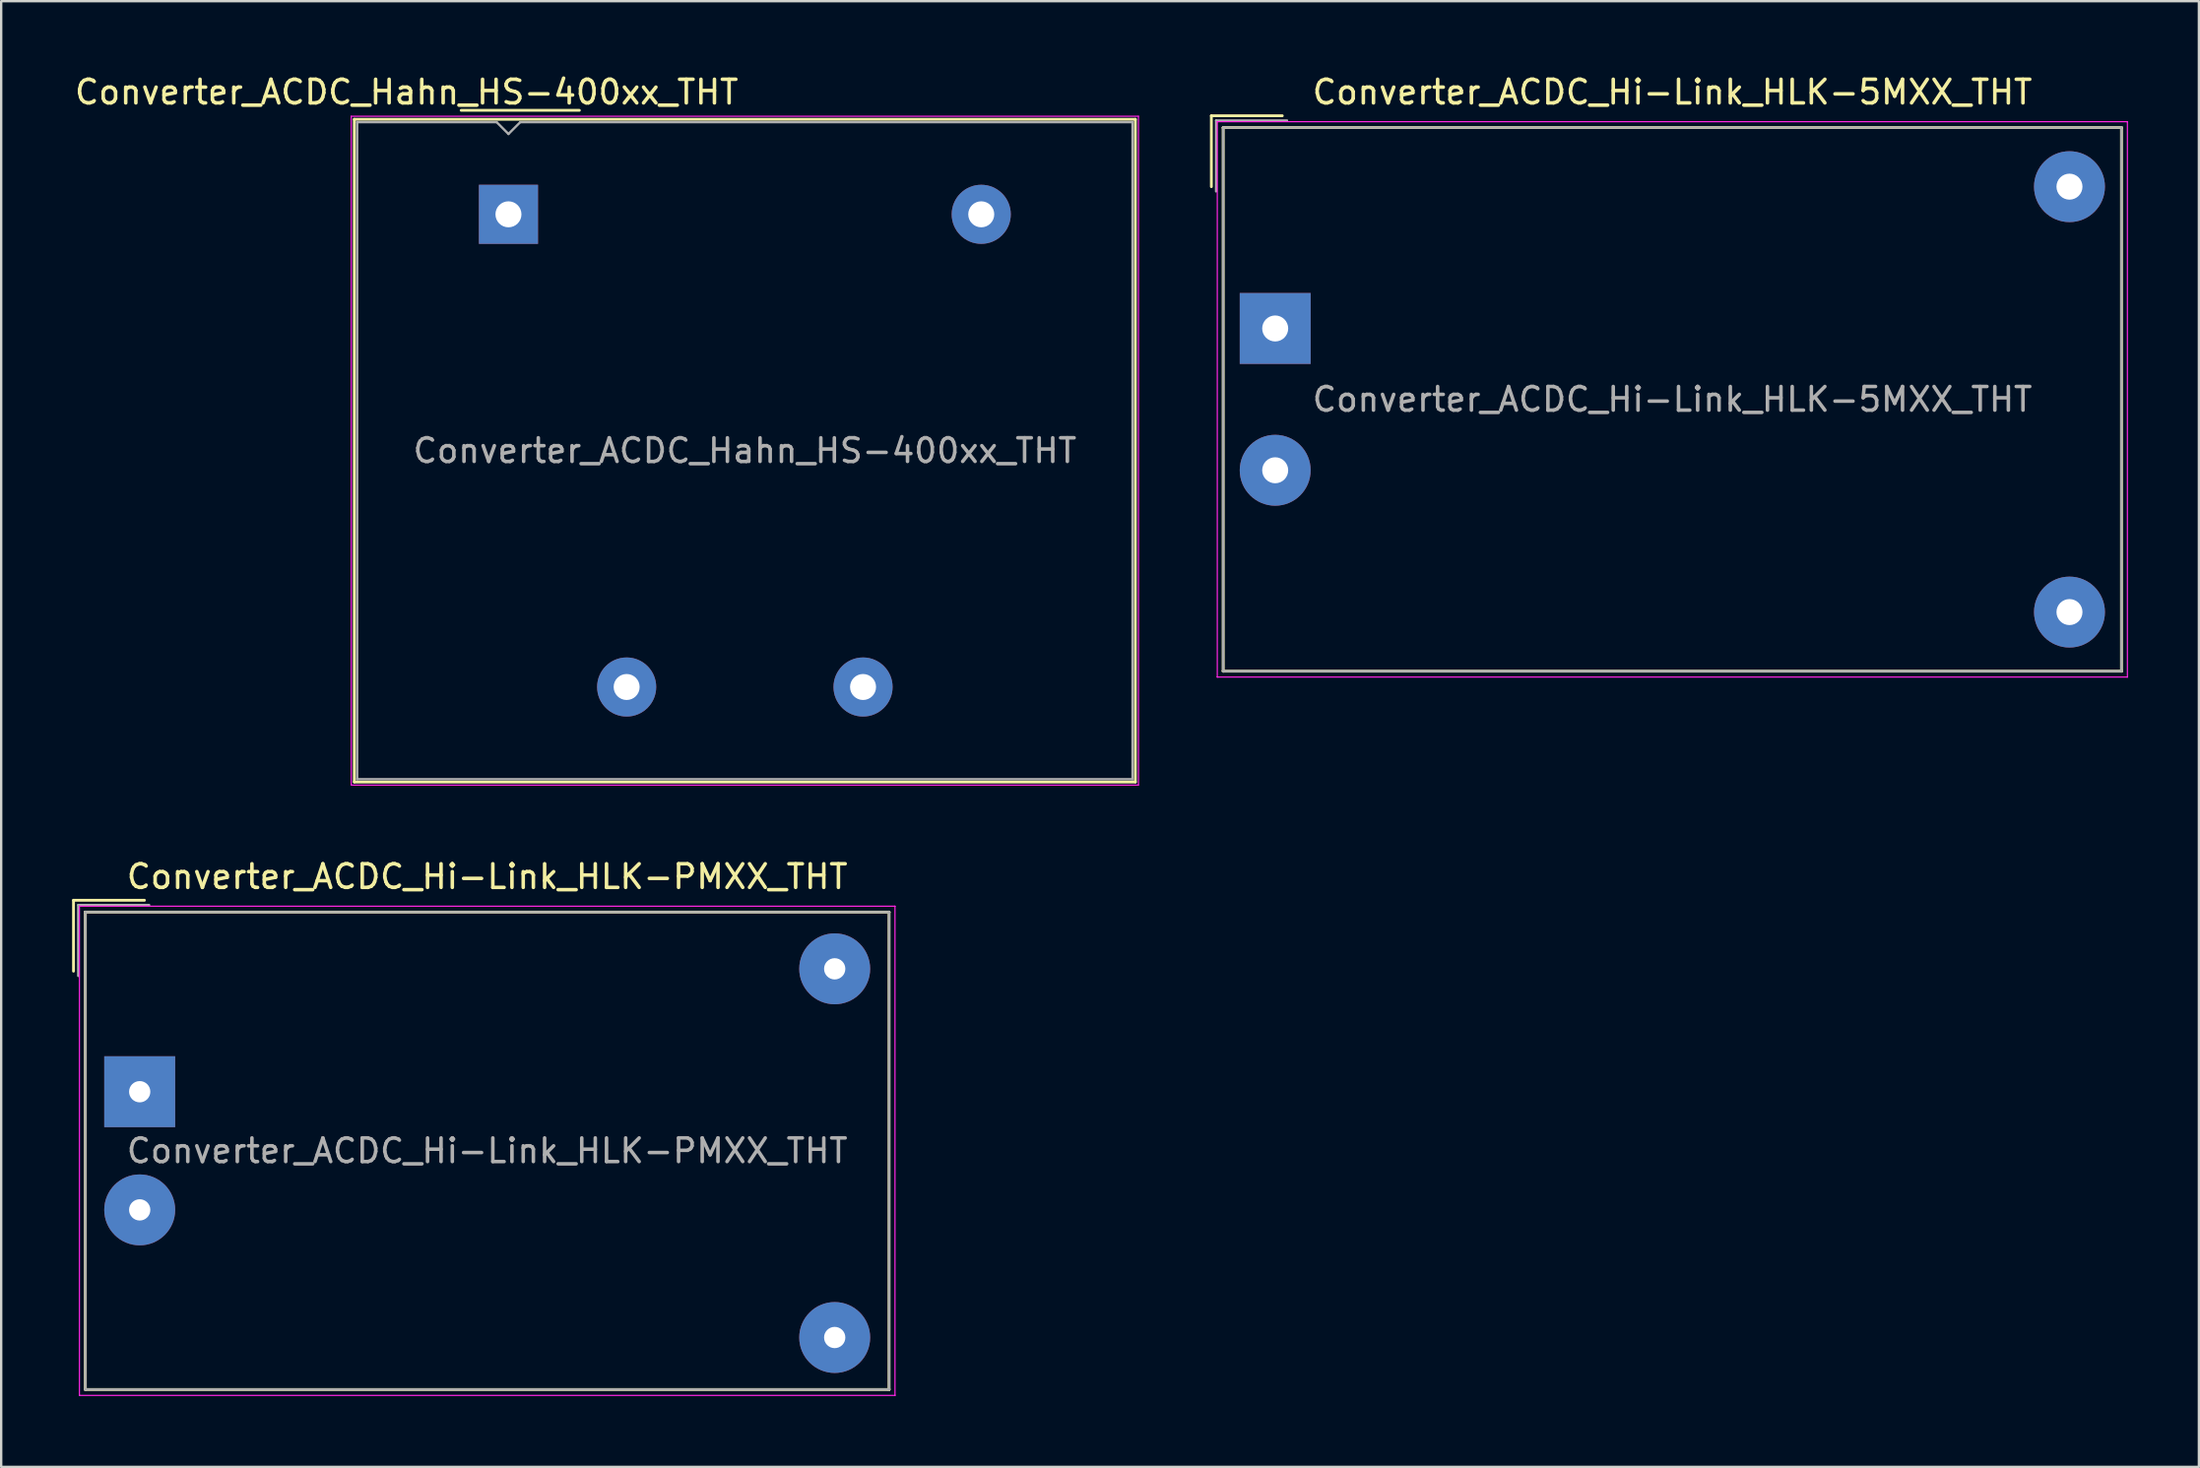
<source format=kicad_pcb>
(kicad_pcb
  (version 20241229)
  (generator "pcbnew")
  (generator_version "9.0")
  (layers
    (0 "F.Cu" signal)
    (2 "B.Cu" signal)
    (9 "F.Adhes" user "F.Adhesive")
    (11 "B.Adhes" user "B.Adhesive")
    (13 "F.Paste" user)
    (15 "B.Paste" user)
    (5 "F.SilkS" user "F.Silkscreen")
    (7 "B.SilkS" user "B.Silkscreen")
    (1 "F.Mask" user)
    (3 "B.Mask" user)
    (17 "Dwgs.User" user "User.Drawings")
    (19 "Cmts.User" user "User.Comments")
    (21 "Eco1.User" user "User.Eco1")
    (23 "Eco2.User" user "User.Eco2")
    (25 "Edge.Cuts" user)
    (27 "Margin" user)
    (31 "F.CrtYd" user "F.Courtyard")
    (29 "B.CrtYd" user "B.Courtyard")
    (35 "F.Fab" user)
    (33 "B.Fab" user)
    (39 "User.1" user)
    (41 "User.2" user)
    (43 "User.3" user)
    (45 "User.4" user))
  (footprint "Converter_ACDC_Hi-Link_HLK-5MXX_THT"
    (layer "F.Cu")
    (at 50.894 10.848)
    (property "Reference" "Converter_ACDC_Hi-Link_HLK-5MXX_THT" (at 16.8 -10 0) (layer "F.SilkS") (effects (font (size 1 1) (thickness 0.15))))
    (attr through_hole)
    (fp_line (start -2.7 -9) (end -2.7 -6) (stroke (width 0.12) (type solid)) (layer "F.SilkS"))
    (fp_line (start -2.7 -9) (end 0.3 -9) (stroke (width 0.12) (type solid)) (layer "F.SilkS"))
    (fp_line (start -2.2 -8.5) (end -2.19 -8.5) (stroke (width 0.12) (type solid)) (layer "F.SilkS"))
    (fp_line (start -2.2 -8.49) (end -2.2 -8.5) (stroke (width 0.12) (type solid)) (layer "F.SilkS"))
    (fp_line (start -2.2 14.49) (end -2.2 -8.49) (stroke (width 0.12) (type solid)) (layer "F.SilkS"))
    (fp_line (start -2.2 14.5) (end -2.2 14.49) (stroke (width 0.12) (type solid)) (layer "F.SilkS"))
    (fp_line (start -2.19 -8.5) (end 35.79 -8.5) (stroke (width 0.12) (type solid)) (layer "F.SilkS"))
    (fp_line (start -2.19 14.5) (end -2.2 14.5) (stroke (width 0.12) (type solid)) (layer "F.SilkS"))
    (fp_line (start 35.79 -8.5) (end 35.8 -8.5) (stroke (width 0.12) (type solid)) (layer "F.SilkS"))
    (fp_line (start 35.79 14.5) (end -2.19 14.5) (stroke (width 0.12) (type solid)) (layer "F.SilkS"))
    (fp_line (start 35.8 -8.5) (end 35.8 -8.49) (stroke (width 0.12) (type solid)) (layer "F.SilkS"))
    (fp_line (start 35.8 -8.49) (end 35.8 14.49) (stroke (width 0.12) (type solid)) (layer "F.SilkS"))
    (fp_line (start 35.8 14.49) (end 35.8 14.5) (stroke (width 0.12) (type solid)) (layer "F.SilkS"))
    (fp_line (start 35.8 14.5) (end 35.79 14.5) (stroke (width 0.12) (type solid)) (layer "F.SilkS"))
    (fp_line (start -2.45 -8.75) (end -2.44 -8.75) (stroke (width 0.05) (type solid)) (layer "F.CrtYd"))
    (fp_line (start -2.45 -8.74) (end -2.45 -8.75) (stroke (width 0.05) (type solid)) (layer "F.CrtYd"))
    (fp_line (start -2.45 14.74) (end -2.45 -8.74) (stroke (width 0.05) (type solid)) (layer "F.CrtYd"))
    (fp_line (start -2.45 14.75) (end -2.45 14.74) (stroke (width 0.05) (type solid)) (layer "F.CrtYd"))
    (fp_line (start -2.44 -8.75) (end 36.04 -8.75) (stroke (width 0.05) (type solid)) (layer "F.CrtYd"))
    (fp_line (start -2.44 14.75) (end -2.45 14.75) (stroke (width 0.05) (type solid)) (layer "F.CrtYd"))
    (fp_line (start 36.04 -8.75) (end 36.05 -8.75) (stroke (width 0.05) (type solid)) (layer "F.CrtYd"))
    (fp_line (start 36.04 14.75) (end -2.44 14.75) (stroke (width 0.05) (type solid)) (layer "F.CrtYd"))
    (fp_line (start 36.05 -8.75) (end 36.05 -8.74) (stroke (width 0.05) (type solid)) (layer "F.CrtYd"))
    (fp_line (start 36.05 -8.74) (end 36.05 14.74) (stroke (width 0.05) (type solid)) (layer "F.CrtYd"))
    (fp_line (start 36.05 14.74) (end 36.05 14.75) (stroke (width 0.05) (type solid)) (layer "F.CrtYd"))
    (fp_line (start 36.05 14.75) (end 36.04 14.75) (stroke (width 0.05) (type solid)) (layer "F.CrtYd"))
    (fp_line (start -2.5 -8.8) (end -2.5 -5.8) (stroke (width 0.1) (type solid)) (layer "F.Fab"))
    (fp_line (start -2.5 -8.8) (end 0.5 -8.8) (stroke (width 0.1) (type solid)) (layer "F.Fab"))
    (fp_line (start -2.2 -8.5) (end -2.19 -8.5) (stroke (width 0.1) (type solid)) (layer "F.Fab"))
    (fp_line (start -2.2 -8.49) (end -2.2 -8.5) (stroke (width 0.1) (type solid)) (layer "F.Fab"))
    (fp_line (start -2.2 14.49) (end -2.2 -8.49) (stroke (width 0.1) (type solid)) (layer "F.Fab"))
    (fp_line (start -2.2 14.5) (end -2.2 14.49) (stroke (width 0.1) (type solid)) (layer "F.Fab"))
    (fp_line (start -2.19 -8.5) (end 35.79 -8.5) (stroke (width 0.1) (type solid)) (layer "F.Fab"))
    (fp_line (start -2.19 14.5) (end -2.2 14.5) (stroke (width 0.1) (type solid)) (layer "F.Fab"))
    (fp_line (start 35.79 -8.5) (end 35.8 -8.5) (stroke (width 0.1) (type solid)) (layer "F.Fab"))
    (fp_line (start 35.79 14.5) (end -2.19 14.5) (stroke (width 0.1) (type solid)) (layer "F.Fab"))
    (fp_line (start 35.8 -8.5) (end 35.8 -8.49) (stroke (width 0.1) (type solid)) (layer "F.Fab"))
    (fp_line (start 35.8 -8.49) (end 35.8 14.49) (stroke (width 0.1) (type solid)) (layer "F.Fab"))
    (fp_line (start 35.8 14.49) (end 35.8 14.5) (stroke (width 0.1) (type solid)) (layer "F.Fab"))
    (fp_line (start 35.8 14.5) (end 35.79 14.5) (stroke (width 0.1) (type solid)) (layer "F.Fab"))
    (fp_text user "${REFERENCE}" (at 16.8 3 0) (layer "F.Fab") (effects (font (size 1 1) (thickness 0.15))))
    (pad "1" thru_hole rect (at 0 0) (size 3 3) (drill 1.1) (layers "*.Cu" "*.Mask"))
    (pad "2" thru_hole circle (at 0 6) (size 3 3) (drill 1.1) (layers "*.Cu" "*.Mask"))
    (pad "3" thru_hole circle (at 33.6 -6) (size 3 3) (drill 1.1) (layers "*.Cu" "*.Mask"))
    (pad "4" thru_hole circle (at 33.6 12) (size 3 3) (drill 1.1) (layers "*.Cu" "*.Mask")))
  (footprint "Converter_ACDC_Hi-Link_HLK-PMXX_THT"
    (layer "F.Cu")
    (at 2.86 43.142)
    (property "Reference" "Converter_ACDC_Hi-Link_HLK-PMXX_THT" (at 14.7 -9.1 0) (layer "F.SilkS") (effects (font (size 1 1) (thickness 0.15))))
    (attr through_hole)
    (fp_line (start -2.8 -8.1) (end -2.8 -5.1) (stroke (width 0.12) (type solid)) (layer "F.SilkS"))
    (fp_line (start -2.8 -8.1) (end 0.2 -8.1) (stroke (width 0.12) (type solid)) (layer "F.SilkS"))
    (fp_line (start -2.3 -7.6) (end -2.29 -7.6) (stroke (width 0.12) (type solid)) (layer "F.SilkS"))
    (fp_line (start -2.3 -7.59) (end -2.3 -7.6) (stroke (width 0.12) (type solid)) (layer "F.SilkS"))
    (fp_line (start -2.3 12.59) (end -2.3 -7.59) (stroke (width 0.12) (type solid)) (layer "F.SilkS"))
    (fp_line (start -2.3 12.6) (end -2.3 12.59) (stroke (width 0.12) (type solid)) (layer "F.SilkS"))
    (fp_line (start -2.29 -7.6) (end 31.69 -7.6) (stroke (width 0.12) (type solid)) (layer "F.SilkS"))
    (fp_line (start -2.29 12.6) (end -2.3 12.6) (stroke (width 0.12) (type solid)) (layer "F.SilkS"))
    (fp_line (start 31.69 -7.6) (end 31.7 -7.6) (stroke (width 0.12) (type solid)) (layer "F.SilkS"))
    (fp_line (start 31.69 12.6) (end -2.29 12.6) (stroke (width 0.12) (type solid)) (layer "F.SilkS"))
    (fp_line (start 31.7 -7.6) (end 31.7 -7.59) (stroke (width 0.12) (type solid)) (layer "F.SilkS"))
    (fp_line (start 31.7 -7.59) (end 31.7 12.59) (stroke (width 0.12) (type solid)) (layer "F.SilkS"))
    (fp_line (start 31.7 12.59) (end 31.7 12.6) (stroke (width 0.12) (type solid)) (layer "F.SilkS"))
    (fp_line (start 31.7 12.6) (end 31.69 12.6) (stroke (width 0.12) (type solid)) (layer "F.SilkS"))
    (fp_line (start -2.55 -7.85) (end -2.54 -7.85) (stroke (width 0.05) (type solid)) (layer "F.CrtYd"))
    (fp_line (start -2.55 -7.84) (end -2.55 -7.85) (stroke (width 0.05) (type solid)) (layer "F.CrtYd"))
    (fp_line (start -2.55 12.84) (end -2.55 -7.84) (stroke (width 0.05) (type solid)) (layer "F.CrtYd"))
    (fp_line (start -2.55 12.85) (end -2.55 12.84) (stroke (width 0.05) (type solid)) (layer "F.CrtYd"))
    (fp_line (start -2.54 -7.85) (end 31.94 -7.85) (stroke (width 0.05) (type solid)) (layer "F.CrtYd"))
    (fp_line (start -2.54 12.85) (end -2.55 12.85) (stroke (width 0.05) (type solid)) (layer "F.CrtYd"))
    (fp_line (start 31.94 -7.85) (end 31.95 -7.85) (stroke (width 0.05) (type solid)) (layer "F.CrtYd"))
    (fp_line (start 31.94 12.85) (end -2.54 12.85) (stroke (width 0.05) (type solid)) (layer "F.CrtYd"))
    (fp_line (start 31.95 -7.85) (end 31.95 -7.84) (stroke (width 0.05) (type solid)) (layer "F.CrtYd"))
    (fp_line (start 31.95 -7.84) (end 31.95 12.84) (stroke (width 0.05) (type solid)) (layer "F.CrtYd"))
    (fp_line (start 31.95 12.84) (end 31.95 12.85) (stroke (width 0.05) (type solid)) (layer "F.CrtYd"))
    (fp_line (start 31.95 12.85) (end 31.94 12.85) (stroke (width 0.05) (type solid)) (layer "F.CrtYd"))
    (fp_line (start -2.6 -7.9) (end -2.6 -4.9) (stroke (width 0.1) (type solid)) (layer "F.Fab"))
    (fp_line (start -2.6 -7.9) (end 0.4 -7.9) (stroke (width 0.1) (type solid)) (layer "F.Fab"))
    (fp_line (start -2.3 -7.6) (end -2.29 -7.6) (stroke (width 0.1) (type solid)) (layer "F.Fab"))
    (fp_line (start -2.3 -7.59) (end -2.3 -7.6) (stroke (width 0.1) (type solid)) (layer "F.Fab"))
    (fp_line (start -2.3 12.59) (end -2.3 -7.59) (stroke (width 0.1) (type solid)) (layer "F.Fab"))
    (fp_line (start -2.3 12.6) (end -2.3 12.59) (stroke (width 0.1) (type solid)) (layer "F.Fab"))
    (fp_line (start -2.29 -7.6) (end 31.69 -7.6) (stroke (width 0.1) (type solid)) (layer "F.Fab"))
    (fp_line (start -2.29 12.6) (end -2.3 12.6) (stroke (width 0.1) (type solid)) (layer "F.Fab"))
    (fp_line (start 31.69 -7.6) (end 31.7 -7.6) (stroke (width 0.1) (type solid)) (layer "F.Fab"))
    (fp_line (start 31.69 12.6) (end -2.29 12.6) (stroke (width 0.1) (type solid)) (layer "F.Fab"))
    (fp_line (start 31.7 -7.6) (end 31.7 -7.59) (stroke (width 0.1) (type solid)) (layer "F.Fab"))
    (fp_line (start 31.7 -7.59) (end 31.7 12.59) (stroke (width 0.1) (type solid)) (layer "F.Fab"))
    (fp_line (start 31.7 12.59) (end 31.7 12.6) (stroke (width 0.1) (type solid)) (layer "F.Fab"))
    (fp_line (start 31.7 12.6) (end 31.69 12.6) (stroke (width 0.1) (type solid)) (layer "F.Fab"))
    (fp_text user "${REFERENCE}" (at 14.7 2.5 0) (layer "F.Fab") (effects (font (size 1 1) (thickness 0.15))))
    (pad "1" thru_hole rect (at 0 0) (size 3 3) (drill 0.9) (layers "*.Cu" "*.Mask"))
    (pad "2" thru_hole circle (at 0 5) (size 3 3) (drill 0.9) (layers "*.Cu" "*.Mask"))
    (pad "3" thru_hole circle (at 29.4 -5.2) (size 3 3) (drill 0.9) (layers "*.Cu" "*.Mask"))
    (pad "4" thru_hole circle (at 29.4 10.4) (size 3 3) (drill 0.9) (layers "*.Cu" "*.Mask")))
  (footprint "Converter_ACDC_Hahn_HS-400xx_THT"
    (layer "F.Cu")
    (at 18.459 6.018)
    (property "Reference" "Converter_ACDC_Hahn_HS-400xx_THT" (at -4.31 -5.17 180) (layer "F.SilkS") (effects (font (size 1 1) (thickness 0.15))))
    (attr through_hole)
    (fp_line (start -6.52 -4.02) (end 26.52 -4.02) (stroke (width 0.12) (type solid)) (layer "F.SilkS"))
    (fp_line (start -6.52 24.02) (end -6.52 -4.02) (stroke (width 0.12) (type solid)) (layer "F.SilkS"))
    (fp_line (start -2 -4.4) (end 3 -4.4) (stroke (width 0.12) (type solid)) (layer "F.SilkS"))
    (fp_line (start 26.52 -4.02) (end 26.52 24.02) (stroke (width 0.12) (type solid)) (layer "F.SilkS"))
    (fp_line (start 26.52 24.02) (end -6.52 24.02) (stroke (width 0.12) (type solid)) (layer "F.SilkS"))
    (fp_line (start -6.65 -4.15) (end 26.65 -4.15) (stroke (width 0.05) (type solid)) (layer "F.CrtYd"))
    (fp_line (start -6.65 24.15) (end -6.65 -4.15) (stroke (width 0.05) (type solid)) (layer "F.CrtYd"))
    (fp_line (start 26.65 -4.15) (end 26.65 24.15) (stroke (width 0.05) (type solid)) (layer "F.CrtYd"))
    (fp_line (start 26.65 24.15) (end -6.65 24.15) (stroke (width 0.05) (type solid)) (layer "F.CrtYd"))
    (fp_line (start -6.4 -3.9) (end -6.4 23.9) (stroke (width 0.1) (type solid)) (layer "F.Fab"))
    (fp_line (start -6.4 -3.9) (end -0.5 -3.9) (stroke (width 0.1) (type solid)) (layer "F.Fab"))
    (fp_line (start -6.4 23.9) (end 26.4 23.9) (stroke (width 0.1) (type solid)) (layer "F.Fab"))
    (fp_line (start -0.5 -3.9) (end 0 -3.4) (stroke (width 0.1) (type solid)) (layer "F.Fab"))
    (fp_line (start 0 -3.4) (end 0.5 -3.9) (stroke (width 0.1) (type solid)) (layer "F.Fab"))
    (fp_line (start 0.5 -3.9) (end 26.4 -3.9) (stroke (width 0.1) (type solid)) (layer "F.Fab"))
    (fp_line (start 26.4 -3.9) (end 26.4 23.9) (stroke (width 0.1) (type solid)) (layer "F.Fab"))
    (fp_text user "${REFERENCE}" (at 10 10 0) (layer "F.Fab") (effects (font (size 1 1) (thickness 0.15))))
    (pad "1" thru_hole rect (at 0 0 270) (size 2.5 2.5) (drill 1.1) (layers "*.Cu" "*.Mask"))
    (pad "5" thru_hole circle (at 20 0 270) (size 2.5 2.5) (drill 1.1) (layers "*.Cu" "*.Mask"))
    (pad "7" thru_hole circle (at 15 20 270) (size 2.5 2.5) (drill 1.1) (layers "*.Cu" "*.Mask"))
    (pad "9" thru_hole circle (at 5 20 270) (size 2.5 2.5) (drill 1.1) (layers "*.Cu" "*.Mask")))
  (gr_rect
    (start -3 -3)
    (end 89.969 59.017)
    (stroke (width 0.1) (type default))
    (fill no)
    (layer "Edge.Cuts")))
</source>
